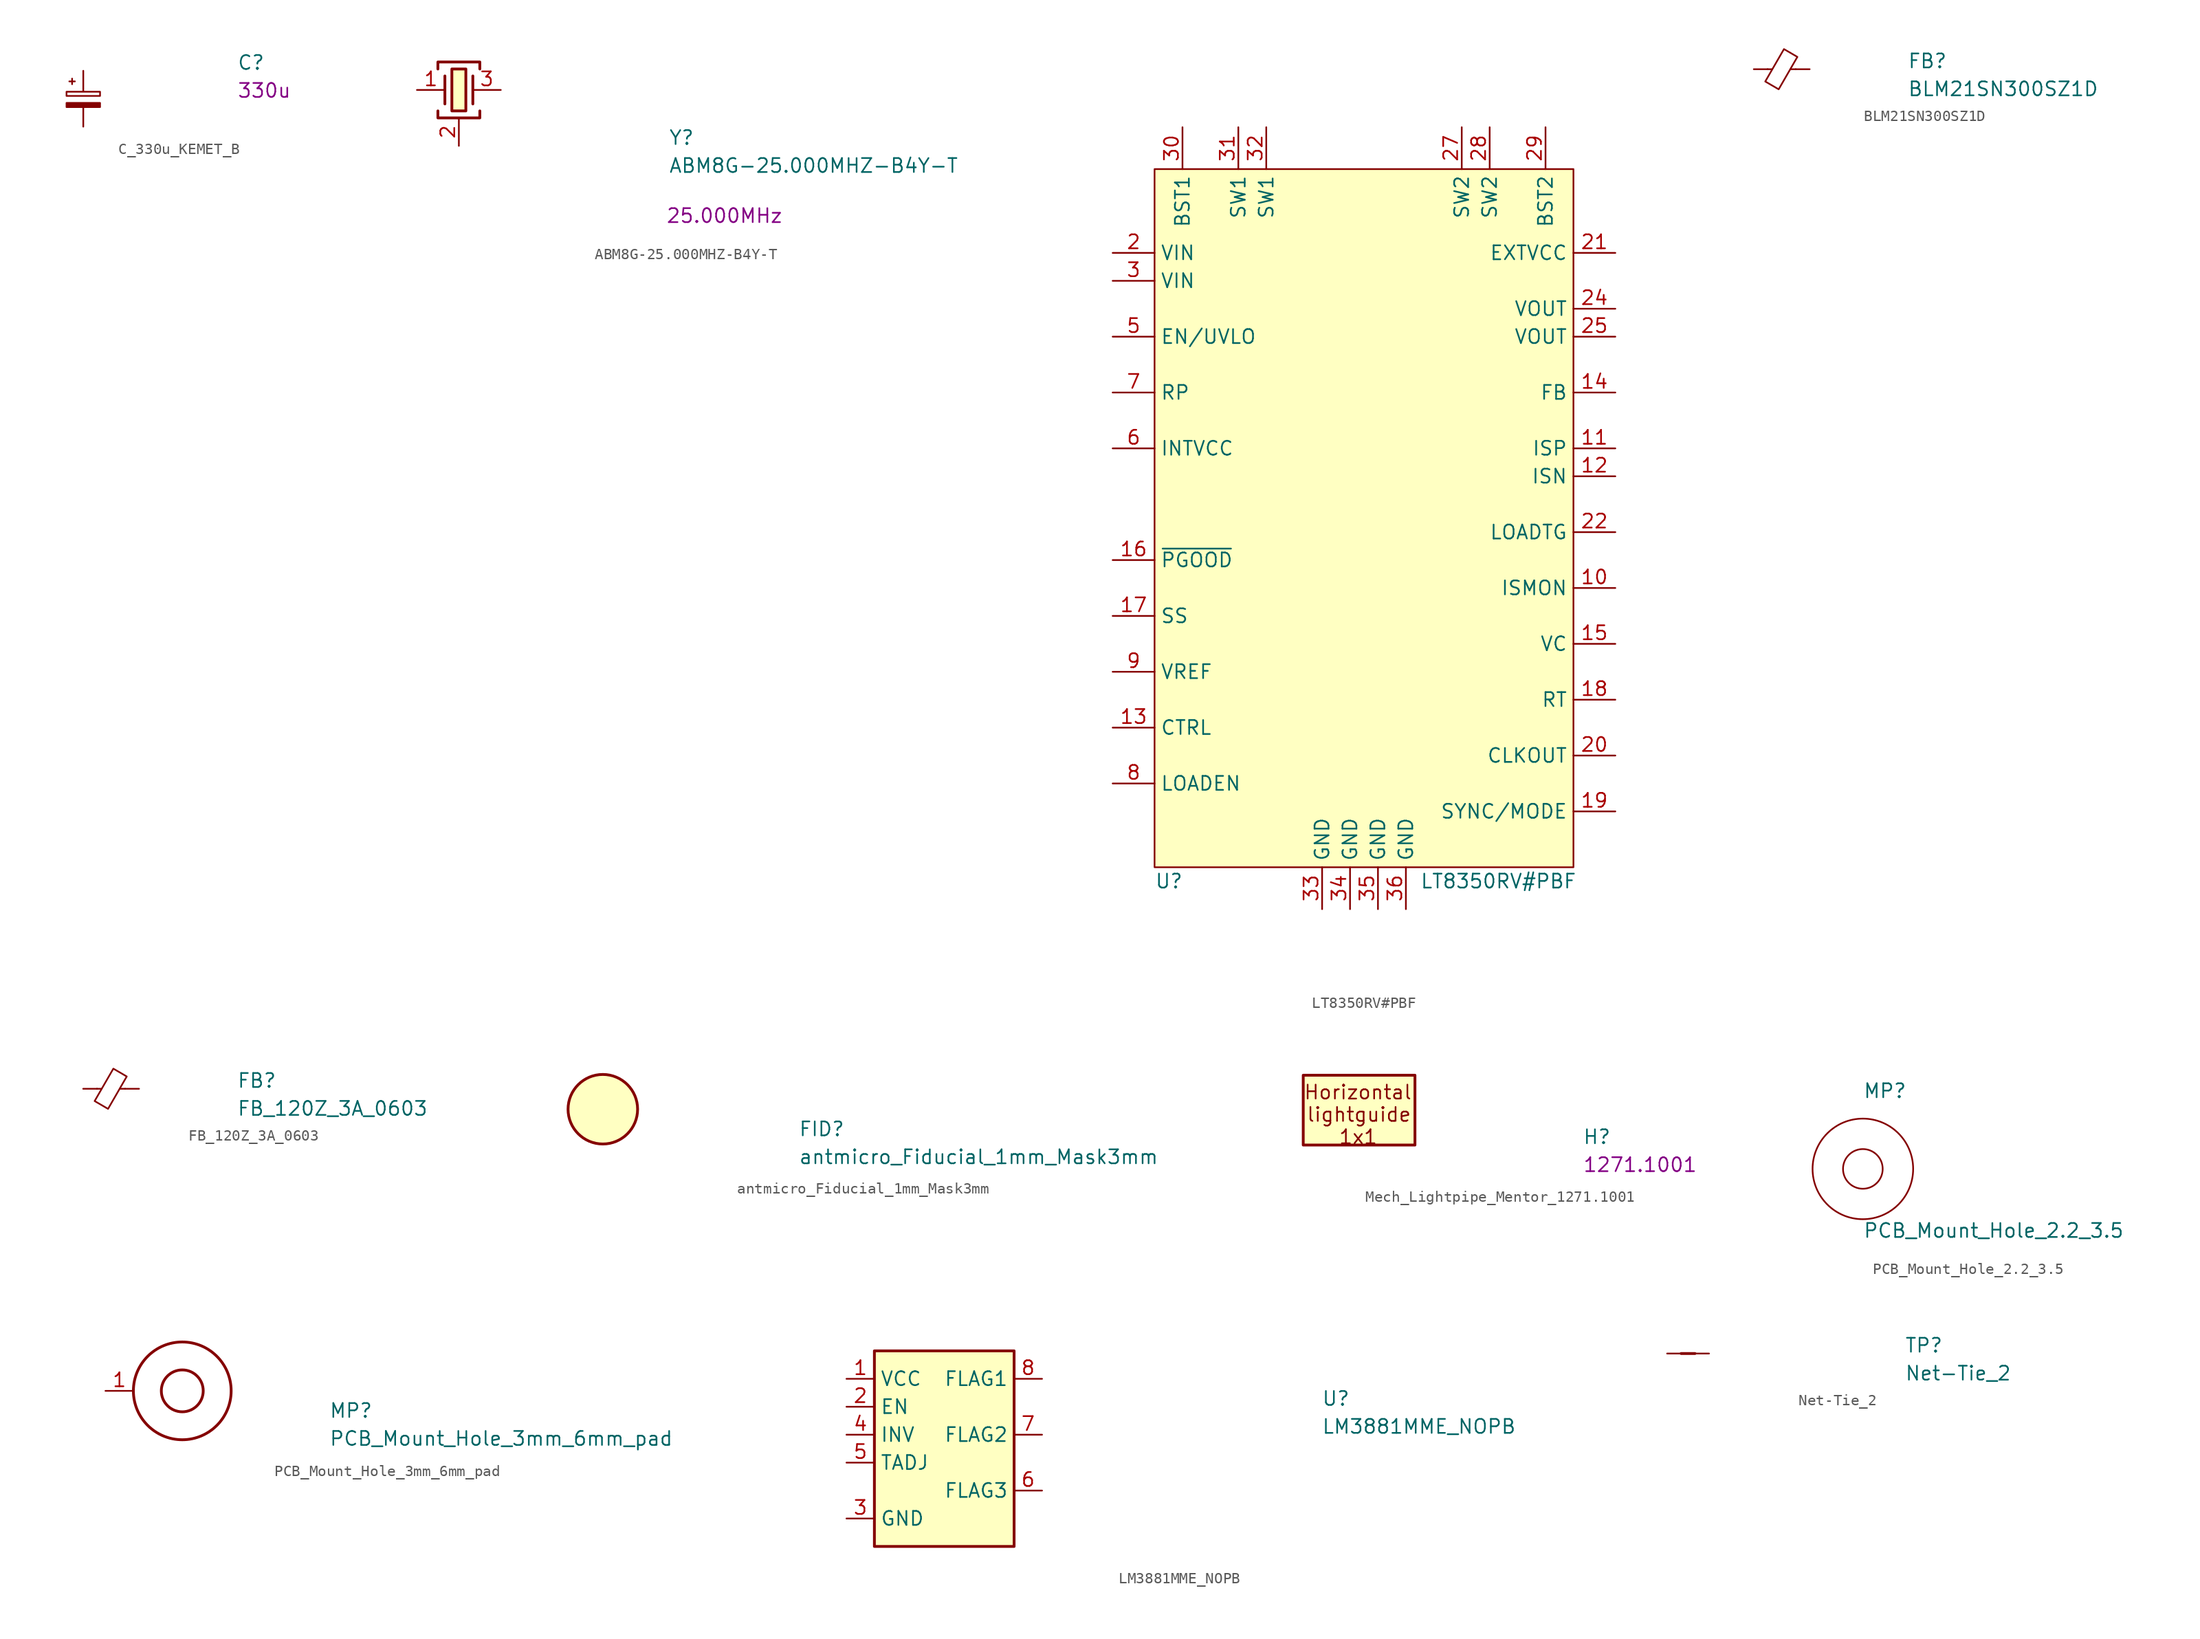
<source format=kicad_sym>
(kicad_symbol_lib
  (version 20211014)
  (generator kicad_symbol_editor)
  (symbol "antmicroCapacitorspol:C_330u_KEMET_B"
    (pin_numbers hide)
    (pin_names hide)
    (property "Reference" "C"
      (at 13.97 0 0)
      (effects (font (size 1.27 1.27) (thickness 0.15)) (justify left bottom)))
    (property "Val" "330u"
      (at 13.97 -2.54 0)
      (effects (font (size 1.27 1.27) (thickness 0.15)) (justify left bottom)))
    (symbol "C_330u_KEMET_B_0_1"
      (rectangle (start -1.524 -2.921) (end 1.524 -3.302) (stroke (width 0) (type default) (color 0 0 0 0)) (fill (type outline)))
      (rectangle (start -1.524 -1.905) (end 1.524 -2.286) (stroke (width 0) (type default) (color 0 0 0 0)) (fill (type none)))
      (polyline (pts (xy -1.27 -0.965) (xy -0.762 -0.965)) (stroke (width 0) (type default) (color 0 0 0 0)) (fill (type none)))
      (polyline (pts (xy -1.016 -1.219) (xy -1.016 -0.711)) (stroke (width 0) (type default) (color 0 0 0 0)) (fill (type none))))
    (symbol "C_330u_KEMET_B_1_1"
      (pin passive line (at 0 0 270) (length 1.854) (name "~" (effects (font (size 1.27 1.27)))) (number "1" (effects (font (size 1.27 1.27)))))
      (pin passive line (at 0 -5.08 90) (length 1.854) (name "~" (effects (font (size 1.27 1.27)))) (number "2" (effects (font (size 1.27 1.27)))))))
  (symbol "antmicroCrystals:ABM8G-25.000MHZ-B4Y-T"
    (pin_names hide)
    (property "Reference" "Y"
      (at 22.86 -5.08 0)
      (effects (font (size 1.27 1.27) (thickness 0.15)) (justify left bottom)))
    (property "Value" "ABM8G-25.000MHZ-B4Y-T"
      (at 22.86 -7.62 0)
      (effects (font (size 1.27 1.27) (thickness 0.15)) (justify left bottom)))
    (property "Val" "25.000MHz"
      (at 27.94 -11.43 0)
      (effects (font (size 1.27 1.27))))
    (symbol "ABM8G-25.000MHZ-B4Y-T_1_1"
      (polyline (pts (xy 2.54 1.27) (xy 2.54 -1.27)) (stroke (width 0.254) (type default) (color 0 0 0 0)) (fill (type background)))
      (polyline (pts (xy 5.08 1.27) (xy 5.08 -1.27)) (stroke (width 0.254) (type default) (color 0 0 0 0)) (fill (type background)))
      (polyline (pts (xy 1.905 -1.905) (xy 1.905 -2.54) (xy 5.715 -2.54) (xy 5.715 -1.905)) (stroke (width 0.254) (type default) (color 0 0 0 0)) (fill (type none)))
      (polyline (pts (xy 1.905 1.905) (xy 1.905 2.54) (xy 5.715 2.54) (xy 5.715 1.905)) (stroke (width 0.254) (type default) (color 0 0 0 0)) (fill (type none)))
      (rectangle (start 3.175 1.905) (end 4.445 -1.905) (stroke (width 0.254) (type default) (color 0 0 0 0)) (fill (type background)))
      (pin passive line (at 0 0 0) (length 2.54) (name "~" (effects (font (size 1.27 1.27)))) (number "1" (effects (font (size 1.27 1.27)))))
      (pin passive line (at 3.81 -5.08 90) (length 2.54) (name "SH" (effects (font (size 1.27 1.27)))) (number "2" (effects (font (size 1.27 1.27)))))
      (pin passive line (at 7.62 0 180) (length 2.54) (name "~" (effects (font (size 1.27 1.27)))) (number "3" (effects (font (size 1.27 1.27)))))
      (pin passive line (at 3.81 -5.08 90) (length 2.54) hide (name "SH" (effects (font (size 1.27 1.27)))) (number "4" (effects (font (size 1.27 1.27)))))))
  (symbol "antmicroDCDCConverters:LT8350RV#PBF"
    (property "Reference" "U"
      (at 3.81 -57.15 0)
      (effects (font (size 1.27 1.27)) (justify left)))
    (property "Value" "LT8350RV#PBF"
      (at 27.94 -57.15 0)
      (effects (font (size 1.27 1.27)) (justify left)))
    (symbol "LT8350RV#PBF_0_1"
      (rectangle (start 3.81 7.62) (end 41.91 -55.88) (stroke (width 0) (type default) (color 0 0 0 0)) (fill (type background))))
    (symbol "LT8350RV#PBF_1_1"
      (pin output line (at 45.72 -30.48 180) (length 3.81) (name "ISMON" (effects (font (size 1.27 1.27)))) (number "10" (effects (font (size 1.27 1.27)))))
      (pin input line (at 45.72 -17.78 180) (length 3.81) (name "ISP" (effects (font (size 1.27 1.27)))) (number "11" (effects (font (size 1.27 1.27)))))
      (pin input line (at 45.72 -20.32 180) (length 3.81) (name "ISN" (effects (font (size 1.27 1.27)))) (number "12" (effects (font (size 1.27 1.27)))))
      (pin input line (at 0 -43.18 0) (length 3.81) (name "CTRL" (effects (font (size 1.27 1.27)))) (number "13" (effects (font (size 1.27 1.27)))))
      (pin input line (at 45.72 -12.7 180) (length 3.81) (name "FB" (effects (font (size 1.27 1.27)))) (number "14" (effects (font (size 1.27 1.27)))))
      (pin output line (at 45.72 -35.56 180) (length 3.81) (name "VC" (effects (font (size 1.27 1.27)))) (number "15" (effects (font (size 1.27 1.27)))))
      (pin open_collector line (at 0 -27.94 0) (length 3.81) (name "~{PGOOD}" (effects (font (size 1.27 1.27)))) (number "16" (effects (font (size 1.27 1.27)))))
      (pin input line (at 0 -33.02 0) (length 3.81) (name "SS" (effects (font (size 1.27 1.27)))) (number "17" (effects (font (size 1.27 1.27)))))
      (pin input line (at 45.72 -40.64 180) (length 3.81) (name "RT" (effects (font (size 1.27 1.27)))) (number "18" (effects (font (size 1.27 1.27)))))
      (pin input line (at 45.72 -50.8 180) (length 3.81) (name "SYNC/MODE" (effects (font (size 1.27 1.27)))) (number "19" (effects (font (size 1.27 1.27)))))
      (pin power_in line (at 0 0 0) (length 3.81) (name "VIN" (effects (font (size 1.27 1.27)))) (number "2" (effects (font (size 1.27 1.27)))))
      (pin output line (at 45.72 -45.72 180) (length 3.81) (name "CLKOUT" (effects (font (size 1.27 1.27)))) (number "20" (effects (font (size 1.27 1.27)))))
      (pin power_in line (at 45.72 0 180) (length 3.81) (name "EXTVCC" (effects (font (size 1.27 1.27)))) (number "21" (effects (font (size 1.27 1.27)))))
      (pin output line (at 45.72 -25.4 180) (length 3.81) (name "LOADTG" (effects (font (size 1.27 1.27)))) (number "22" (effects (font (size 1.27 1.27)))))
      (pin power_out line (at 45.72 -5.08 180) (length 3.81) (name "VOUT" (effects (font (size 1.27 1.27)))) (number "24" (effects (font (size 1.27 1.27)))))
      (pin power_out line (at 45.72 -7.62 180) (length 3.81) (name "VOUT" (effects (font (size 1.27 1.27)))) (number "25" (effects (font (size 1.27 1.27)))))
      (pin output line (at 31.75 11.43 270) (length 3.81) (name "SW2" (effects (font (size 1.27 1.27)))) (number "27" (effects (font (size 1.27 1.27)))))
      (pin output line (at 34.29 11.43 270) (length 3.81) (name "SW2" (effects (font (size 1.27 1.27)))) (number "28" (effects (font (size 1.27 1.27)))))
      (pin input line (at 39.37 11.43 270) (length 3.81) (name "BST2" (effects (font (size 1.27 1.27)))) (number "29" (effects (font (size 1.27 1.27)))))
      (pin power_in line (at 0 -2.54 0) (length 3.81) (name "VIN" (effects (font (size 1.27 1.27)))) (number "3" (effects (font (size 1.27 1.27)))))
      (pin input line (at 6.35 11.43 270) (length 3.81) (name "BST1" (effects (font (size 1.27 1.27)))) (number "30" (effects (font (size 1.27 1.27)))))
      (pin output line (at 11.43 11.43 270) (length 3.81) (name "SW1" (effects (font (size 1.27 1.27)))) (number "31" (effects (font (size 1.27 1.27)))))
      (pin output line (at 13.97 11.43 270) (length 3.81) (name "SW1" (effects (font (size 1.27 1.27)))) (number "32" (effects (font (size 1.27 1.27)))))
      (pin power_in line (at 19.05 -59.69 90) (length 3.81) (name "GND" (effects (font (size 1.27 1.27)))) (number "33" (effects (font (size 1.27 1.27)))))
      (pin power_in line (at 21.59 -59.69 90) (length 3.81) (name "GND" (effects (font (size 1.27 1.27)))) (number "34" (effects (font (size 1.27 1.27)))))
      (pin power_in line (at 24.13 -59.69 90) (length 3.81) (name "GND" (effects (font (size 1.27 1.27)))) (number "35" (effects (font (size 1.27 1.27)))))
      (pin power_in line (at 26.67 -59.69 90) (length 3.81) (name "GND" (effects (font (size 1.27 1.27)))) (number "36" (effects (font (size 1.27 1.27)))))
      (pin input line (at 0 -7.62 0) (length 3.81) (name "EN/UVLO" (effects (font (size 1.27 1.27)))) (number "5" (effects (font (size 1.27 1.27)))))
      (pin power_out line (at 0 -17.78 0) (length 3.81) (name "INTVCC" (effects (font (size 1.27 1.27)))) (number "6" (effects (font (size 1.27 1.27)))))
      (pin unspecified line (at 0 -12.7 0) (length 3.81) (name "RP" (effects (font (size 1.27 1.27)))) (number "7" (effects (font (size 1.27 1.27)))))
      (pin input line (at 0 -48.26 0) (length 3.81) (name "LOADEN" (effects (font (size 1.27 1.27)))) (number "8" (effects (font (size 1.27 1.27)))))
      (pin power_out line (at 0 -38.1 0) (length 3.81) (name "VREF" (effects (font (size 1.27 1.27)))) (number "9" (effects (font (size 1.27 1.27)))))))
  (symbol "antmicroFerriteBeadsandChips:BLM21SN300SZ1D"
    (pin_numbers hide)
    (pin_names hide)
    (property "Reference" "FB"
      (at 13.97 0 0)
      (effects (font (size 1.27 1.27) (thickness 0.15)) (justify left bottom)))
    (property "Value" "BLM21SN300SZ1D"
      (at 13.97 -2.54 0)
      (effects (font (size 1.27 1.27) (thickness 0.15)) (justify left bottom)))
    (symbol "BLM21SN300SZ1D_0_1"
      (polyline (pts (xy 1.651 0) (xy 1.245 0)) (stroke (width 0) (type default) (color 0 0 0 0)) (fill (type none)))
      (polyline (pts (xy 3.81 0) (xy 3.327 0)) (stroke (width 0) (type default) (color 0 0 0 0)) (fill (type none)))
      (polyline (pts (xy 2.261 -1.829) (xy 1.041 -1.118) (xy 2.743 1.829) (xy 3.962 1.118) (xy 2.261 -1.829)) (stroke (width 0) (type default) (color 0 0 0 0)) (fill (type none))))
    (symbol "BLM21SN300SZ1D_1_1"
      (pin passive line (at 0 0 0) (length 1.27) (name "~" (effects (font (size 1.27 1.27)))) (number "1" (effects (font (size 1.27 1.27)))))
      (pin passive line (at 5.08 0 180) (length 1.27) (name "~" (effects (font (size 1.27 1.27)))) (number "2" (effects (font (size 1.27 1.27)))))))
  (symbol "antmicroFerriteBeadsandChips:FB_120Z_3A_0603"
    (pin_numbers hide)
    (pin_names hide)
    (property "Reference" "FB"
      (at 13.97 0 0)
      (effects (font (size 1.27 1.27) (thickness 0.15)) (justify left bottom)))
    (property "Value" "FB_120Z_3A_0603"
      (at 13.97 -2.54 0)
      (effects (font (size 1.27 1.27) (thickness 0.15)) (justify left bottom)))
    (symbol "FB_120Z_3A_0603_0_1"
      (polyline (pts (xy 1.651 0) (xy 1.245 0)) (stroke (width 0) (type default) (color 0 0 0 0)) (fill (type none)))
      (polyline (pts (xy 3.81 0) (xy 3.327 0)) (stroke (width 0) (type default) (color 0 0 0 0)) (fill (type none)))
      (polyline (pts (xy 2.261 -1.829) (xy 1.041 -1.118) (xy 2.743 1.829) (xy 3.962 1.118) (xy 2.261 -1.829)) (stroke (width 0) (type default) (color 0 0 0 0)) (fill (type none))))
    (symbol "FB_120Z_3A_0603_1_1"
      (pin passive line (at 0 0 0) (length 1.27) (name "~" (effects (font (size 1.27 1.27)))) (number "1" (effects (font (size 1.27 1.27)))))
      (pin passive line (at 5.08 0 180) (length 1.27) (name "~" (effects (font (size 1.27 1.27)))) (number "2" (effects (font (size 1.27 1.27)))))))
  (symbol "antmicroFiducialMarks:antmicro_Fiducial_1mm_Mask3mm"
    (property "Reference" "FID"
      (at 17.78 -2.54 0)
      (effects (font (size 1.27 1.27) (thickness 0.15)) (justify left bottom)))
    (property "Value" "antmicro_Fiducial_1mm_Mask3mm"
      (at 17.78 -5.08 0)
      (effects (font (size 1.27 1.27) (thickness 0.15)) (justify left bottom)))
    (symbol "antmicro_Fiducial_1mm_Mask3mm_1_1"
      (circle (center 0 0) (radius 3.162) (stroke (width 0.254) (type default) (color 0 0 0 0)) (fill (type background)))))
  (symbol "antmicroMechanicalParts:Mech_Lightpipe_Mentor_1271.1001"
    (pin_names hide)
    (property "Reference" "H"
      (at 20.32 -2.54 0)
      (effects (font (size 1.27 1.27) (thickness 0.15)) (justify left bottom)))
    (property "MPN" "1271.1001"
      (at 20.32 -5.08 0)
      (effects (font (size 1.27 1.27) (thickness 0.15)) (justify left bottom)))
    (symbol "Mech_Lightpipe_Mentor_1271.1001_1_1"
      (rectangle (start 5.08 -2.54) (end -5.08 3.81) (stroke (width 0.254) (type default) (color 0 0 0 0)) (fill (type background)))
      (text "1x1" (at -1.905 -2.54 0) (effects (font (size 1.27 1.27) (thickness 0.15)) (justify left bottom)))
      (text "Horizontal" (at -5.08 1.524 0) (effects (font (size 1.27 1.27) (thickness 0.15)) (justify left bottom)))
      (text "lightguide" (at -4.826 -0.508 0) (effects (font (size 1.27 1.27) (thickness 0.15)) (justify left bottom)))))
  (symbol "antmicroMechanicalParts:PCB_Mount_Hole_2.2_3.5"
    (pin_names
      (offset 1.016))
    (property "Reference" "MP"
      (at 0 6.35 0)
      (effects (font (size 1.27 1.27)) (justify left bottom)))
    (property "Value" "PCB_Mount_Hole_2.2_3.5"
      (at 0 -6.35 0)
      (effects (font (size 1.27 1.27)) (justify left bottom)))
    (symbol "PCB_Mount_Hole_2.2_3.5_0_1"
      (circle (center 0 0) (radius 1.803) (stroke (width 0) (type default) (color 0 0 0 0)) (fill (type none)))
      (circle (center 0 0) (radius 4.572) (stroke (width 0) (type default) (color 0 0 0 0)) (fill (type none)))))
  (symbol "antmicroMechanicalParts:PCB_Mount_Hole_3mm_6mm_pad"
    (pin_names hide)
    (property "Reference" "MP"
      (at 20.32 -2.54 0)
      (effects (font (size 1.27 1.27) (thickness 0.15)) (justify left bottom)))
    (property "Value" "PCB_Mount_Hole_3mm_6mm_pad"
      (at 20.32 -5.08 0)
      (effects (font (size 1.27 1.27) (thickness 0.15)) (justify left bottom)))
    (symbol "PCB_Mount_Hole_3mm_6mm_pad_1_1"
      (circle (center 6.985 0) (radius 1.905) (stroke (width 0.254) (type default) (color 0 0 0 0)) (fill (type none)))
      (circle (center 6.985 0) (radius 4.445) (stroke (width 0.254) (type default) (color 0 0 0 0)) (fill (type none)))
      (pin input line (at 0 0 0) (length 2.54) (name "1" (effects (font (size 1.27 1.27)))) (number "1" (effects (font (size 1.27 1.27)))))))
  (symbol "antmicroPMICPowerSequencers:LM3881MME_NOPB"
    (property "Reference" "U"
      (at 43.18 -2.54 0)
      (effects (font (size 1.27 1.27) (thickness 0.15)) (justify left bottom)))
    (property "Value" "LM3881MME_NOPB"
      (at 43.18 -5.08 0)
      (effects (font (size 1.27 1.27) (thickness 0.15)) (justify left bottom)))
    (symbol "LM3881MME_NOPB_1_1"
      (rectangle (start 2.54 2.54) (end 15.24 -15.24) (stroke (width 0.254) (type default) (color 0 0 0 0)) (fill (type background)))
      (pin power_in line (at 0 0 0) (length 2.54) (name "VCC" (effects (font (size 1.27 1.27)))) (number "1" (effects (font (size 1.27 1.27)))))
      (pin passive line (at 0 -2.54 0) (length 2.54) (name "EN" (effects (font (size 1.27 1.27)))) (number "2" (effects (font (size 1.27 1.27)))))
      (pin power_in line (at 0 -12.7 0) (length 2.54) (name "GND" (effects (font (size 1.27 1.27)))) (number "3" (effects (font (size 1.27 1.27)))))
      (pin input line (at 0 -5.08 0) (length 2.54) (name "INV" (effects (font (size 1.27 1.27)))) (number "4" (effects (font (size 1.27 1.27)))))
      (pin passive line (at 0 -7.62 0) (length 2.54) (name "TADJ" (effects (font (size 1.27 1.27)))) (number "5" (effects (font (size 1.27 1.27)))))
      (pin open_collector line (at 17.78 -10.16 180) (length 2.54) (name "FLAG3" (effects (font (size 1.27 1.27)))) (number "6" (effects (font (size 1.27 1.27)))))
      (pin open_collector line (at 17.78 -5.08 180) (length 2.54) (name "FLAG2" (effects (font (size 1.27 1.27)))) (number "7" (effects (font (size 1.27 1.27)))))
      (pin open_collector line (at 17.78 0 180) (length 2.54) (name "FLAG1" (effects (font (size 1.27 1.27)))) (number "8" (effects (font (size 1.27 1.27)))))))
  (symbol "antmicroShuntsJumpers:Net-Tie_2"
    (pin_numbers hide)
    (pin_names hide)
    (property "Reference" "TP"
      (at 21.59 0 0)
      (effects (font (size 1.27 1.27) (thickness 0.15)) (justify left bottom)))
    (property "Value" "Net-Tie_2"
      (at 21.59 -2.54 0)
      (effects (font (size 1.27 1.27) (thickness 0.15)) (justify left bottom)))
    (symbol "Net-Tie_2_1_1"
      (polyline (pts (xy 1.27 0) (xy 2.54 0)) (stroke (width 0.254) (type default) (color 0 0 0 0)) (fill (type background)))
      (pin passive line (at 0 0 0) (length 1.27) (name "1" (effects (font (size 1.27 1.27)))) (number "1" (effects (font (size 1.27 1.27)))))
      (pin passive line (at 3.81 0 180) (length 1.27) (name "2" (effects (font (size 1.27 1.27)))) (number "2" (effects (font (size 1.27 1.27))))))))
</source>
